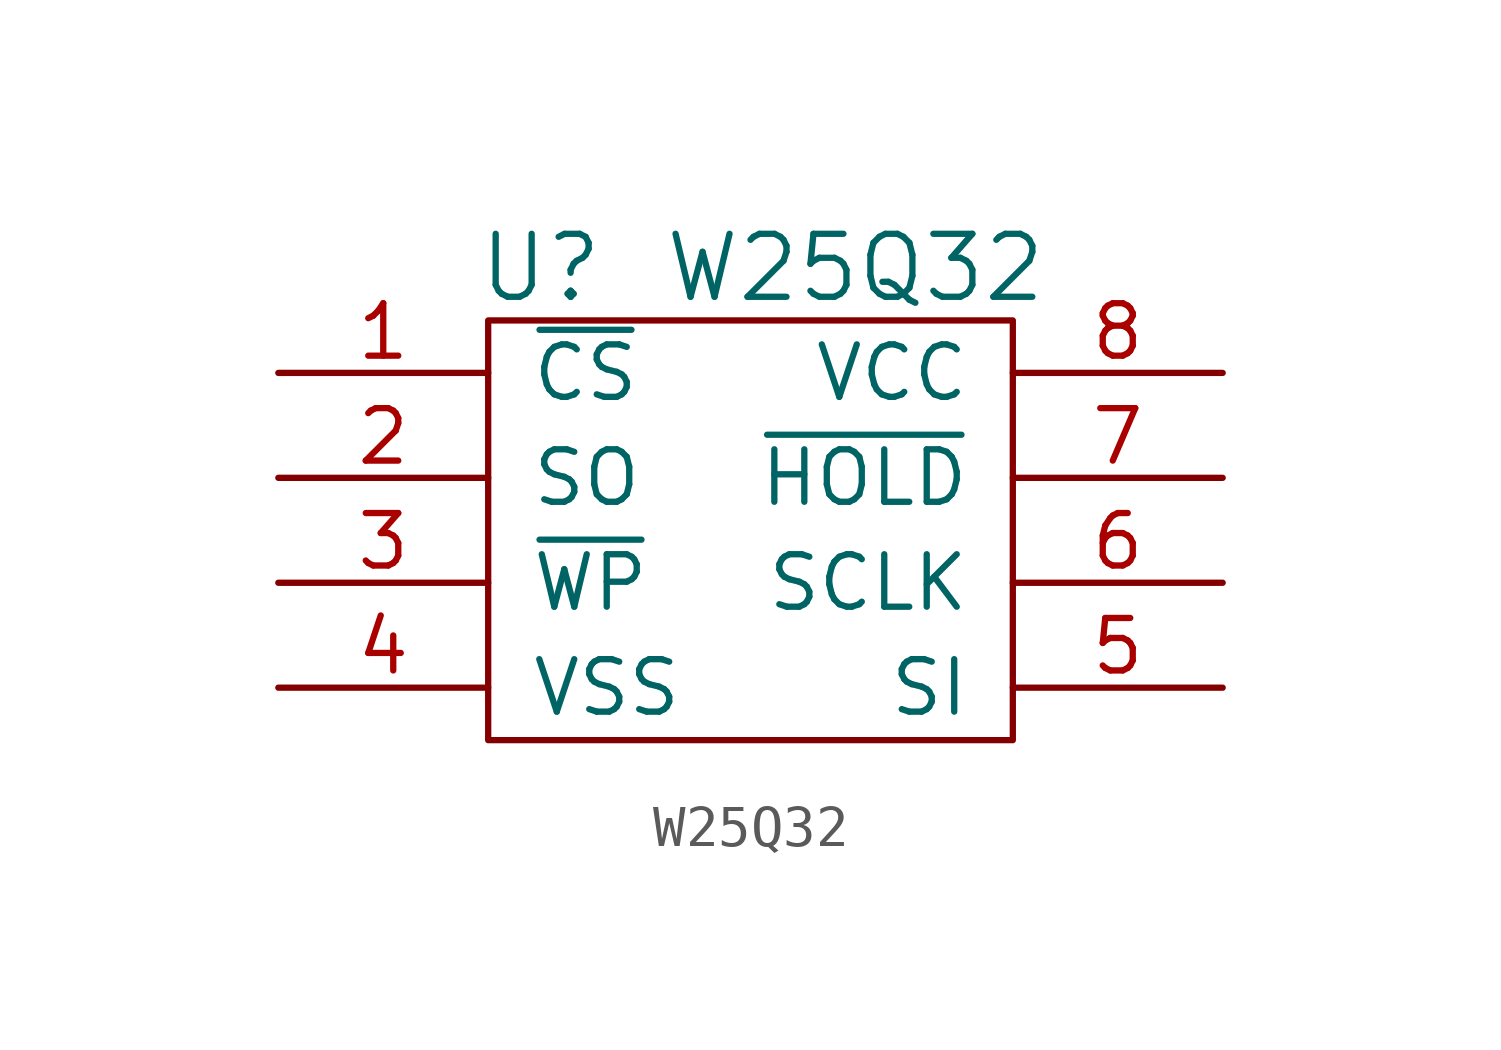
<source format=kicad_sym>
(kicad_symbol_lib
  (version 20211014)
  (generator kicad_symbol_editor)
  (symbol "W25Q32"
    (pin_names
      (offset 1.016))
    (property "Reference" "U"
      (at -5.08 6.35 0)
      (effects (font (size 1.524 1.524))))
    (property "Value" "W25Q32"
      (at 2.54 6.35 0)
      (effects (font (size 1.524 1.524))))
    (symbol "W25Q32_0_1"
      (rectangle (start -6.35 5.08) (end 6.35 -5.08) (stroke (width 0) (type default) (color 0 0 0 0)) (fill (type none))))
    (symbol "W25Q32_1_1"
      (pin input line (at -11.43 3.81 0) (length 5.08) (name "~{CS}" (effects (font (size 1.27 1.27)))) (number "1" (effects (font (size 1.27 1.27)))))
      (pin bidirectional line (at -11.43 1.27 0) (length 5.08) (name "SO" (effects (font (size 1.27 1.27)))) (number "2" (effects (font (size 1.27 1.27)))))
      (pin bidirectional line (at -11.43 -1.27 0) (length 5.08) (name "~{WP}" (effects (font (size 1.27 1.27)))) (number "3" (effects (font (size 1.27 1.27)))))
      (pin power_in line (at -11.43 -3.81 0) (length 5.08) (name "VSS" (effects (font (size 1.27 1.27)))) (number "4" (effects (font (size 1.27 1.27)))))
      (pin bidirectional line (at 11.43 -3.81 180) (length 5.08) (name "SI" (effects (font (size 1.27 1.27)))) (number "5" (effects (font (size 1.27 1.27)))))
      (pin input line (at 11.43 -1.27 180) (length 5.08) (name "SCLK" (effects (font (size 1.27 1.27)))) (number "6" (effects (font (size 1.27 1.27)))))
      (pin bidirectional line (at 11.43 1.27 180) (length 5.08) (name "~{HOLD}" (effects (font (size 1.27 1.27)))) (number "7" (effects (font (size 1.27 1.27)))))
      (pin power_in line (at 11.43 3.81 180) (length 5.08) (name "VCC" (effects (font (size 1.27 1.27)))) (number "8" (effects (font (size 1.27 1.27))))))))
</source>
